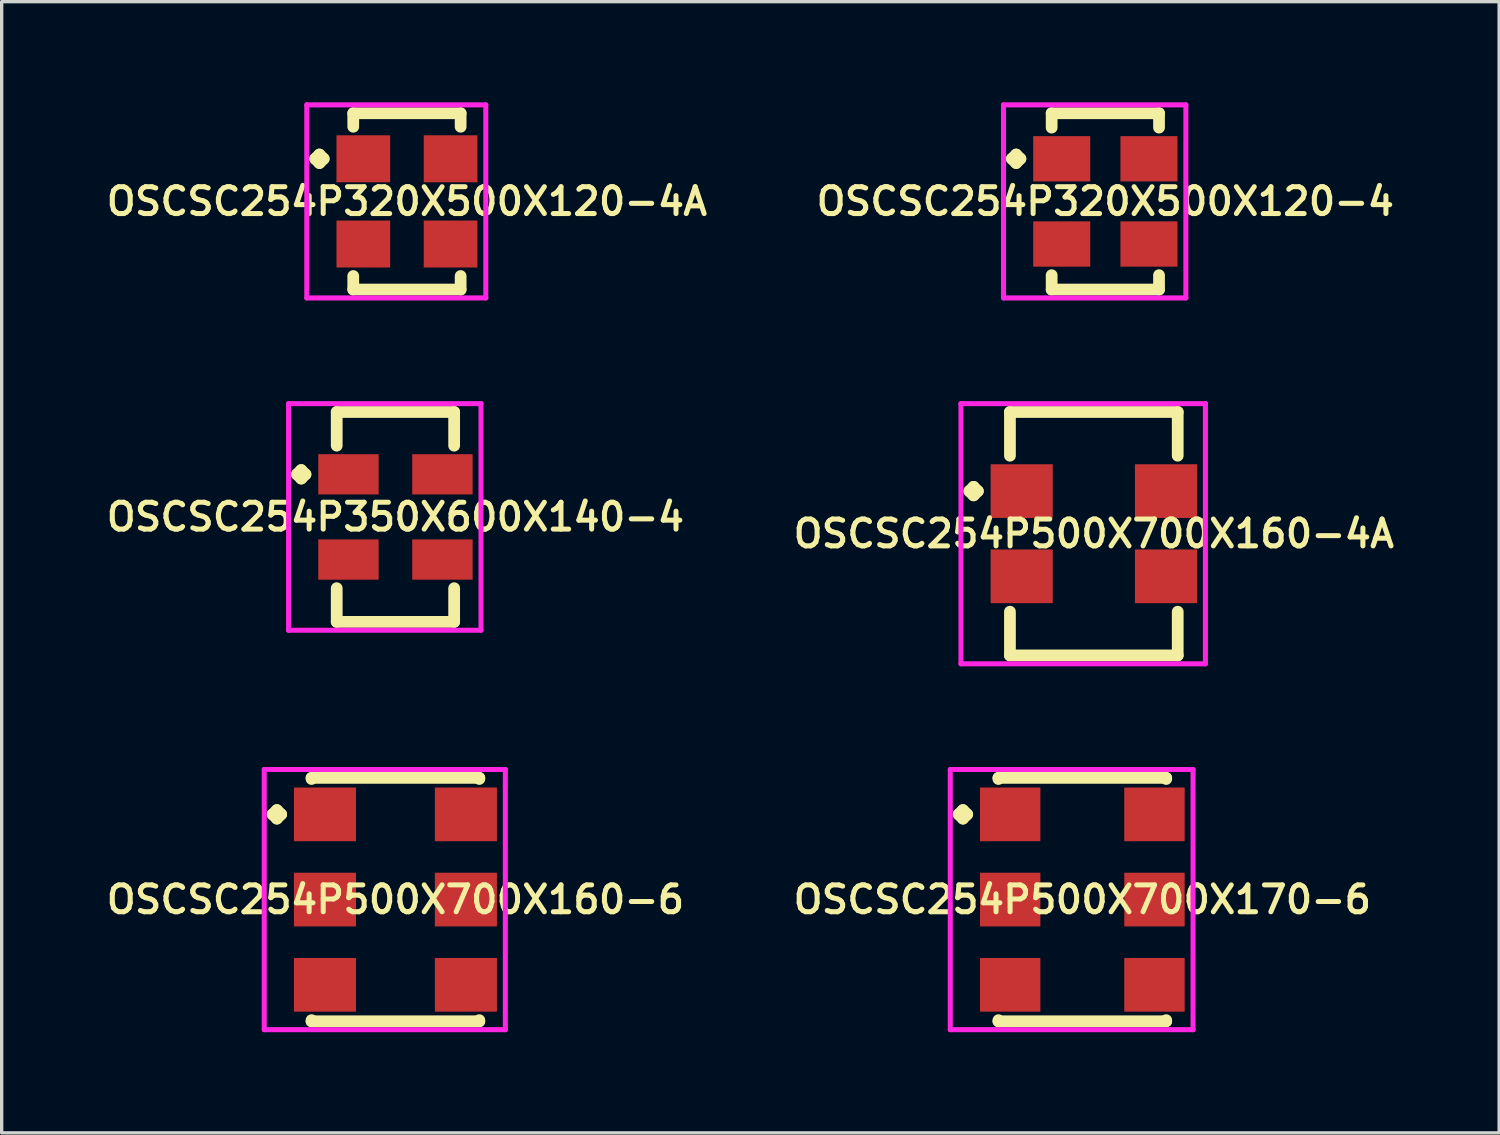
<source format=kicad_pcb>
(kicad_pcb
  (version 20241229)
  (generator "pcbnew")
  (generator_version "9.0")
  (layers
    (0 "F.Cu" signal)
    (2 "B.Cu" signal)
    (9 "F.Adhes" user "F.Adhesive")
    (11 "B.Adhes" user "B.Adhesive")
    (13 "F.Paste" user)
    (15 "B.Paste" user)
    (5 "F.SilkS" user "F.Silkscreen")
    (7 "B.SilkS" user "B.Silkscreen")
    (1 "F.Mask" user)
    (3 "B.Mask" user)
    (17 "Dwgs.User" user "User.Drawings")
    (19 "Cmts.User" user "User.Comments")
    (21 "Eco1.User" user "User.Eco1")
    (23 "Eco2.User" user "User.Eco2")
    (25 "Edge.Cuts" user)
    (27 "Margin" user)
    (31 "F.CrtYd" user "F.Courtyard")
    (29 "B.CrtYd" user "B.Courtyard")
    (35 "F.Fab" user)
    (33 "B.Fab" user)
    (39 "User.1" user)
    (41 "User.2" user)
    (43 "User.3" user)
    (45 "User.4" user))
  (footprint "OSCSC254P500X700X170-6"
    (layer "F.Cu")
    (at 29.206 23.76)
    (property "Reference" "OSCSC254P500X700X170-6" (at 0 0 0) (layer "F.SilkS") (effects (font (size 0.8 0.8) (thickness 0.15))))
    (attr smd)
    (fp_line (start -3.685 -2.54) (end -3.558 -2.667) (stroke (width 0.35) (type solid)) (layer "F.SilkS"))
    (fp_line (start -3.558 -2.667) (end -3.431 -2.54) (stroke (width 0.35) (type solid)) (layer "F.SilkS"))
    (fp_line (start -3.558 -2.413) (end -3.685 -2.54) (stroke (width 0.35) (type solid)) (layer "F.SilkS"))
    (fp_line (start -3.431 -2.54) (end -3.558 -2.413) (stroke (width 0.35) (type solid)) (layer "F.SilkS"))
    (fp_line (start -2.5 -3.627) (end 2.5 -3.627) (stroke (width 0.35) (type solid)) (layer "F.SilkS"))
    (fp_line (start -2.5 -3.594) (end -2.5 -3.627) (stroke (width 0.35) (type solid)) (layer "F.SilkS"))
    (fp_line (start -2.5 3.594) (end -2.5 3.627) (stroke (width 0.35) (type solid)) (layer "F.SilkS"))
    (fp_line (start -2.5 3.627) (end 2.5 3.627) (stroke (width 0.35) (type solid)) (layer "F.SilkS"))
    (fp_line (start 2.5 -3.627) (end 2.5 -3.594) (stroke (width 0.35) (type solid)) (layer "F.SilkS"))
    (fp_line (start 2.5 3.627) (end 2.5 3.594) (stroke (width 0.35) (type solid)) (layer "F.SilkS"))
    (fp_line (start -3.935 -3.877) (end 3.3 -3.877) (stroke (width 0.15) (type solid)) (layer "F.CrtYd"))
    (fp_line (start -3.935 3.877) (end -3.935 -3.877) (stroke (width 0.15) (type solid)) (layer "F.CrtYd"))
    (fp_line (start 3.3 -3.877) (end 3.3 3.877) (stroke (width 0.15) (type solid)) (layer "F.CrtYd"))
    (fp_line (start 3.3 3.877) (end -3.935 3.877) (stroke (width 0.15) (type solid)) (layer "F.CrtYd"))
    (pad "1" smd rect (at -2.15 -2.54) (size 1.8 1.6) (layers "F.Cu" "F.Mask" "F.Paste"))
    (pad "2" smd rect (at -2.15 0) (size 1.8 1.6) (layers "F.Cu" "F.Mask" "F.Paste"))
    (pad "3" smd rect (at -2.15 2.54) (size 1.8 1.6) (layers "F.Cu" "F.Mask" "F.Paste"))
    (pad "4" smd rect (at 2.15 2.54) (size 1.8 1.6) (layers "F.Cu" "F.Mask" "F.Paste"))
    (pad "5" smd rect (at 2.15 0) (size 1.8 1.6) (layers "F.Cu" "F.Mask" "F.Paste"))
    (pad "6" smd rect (at 2.15 -2.54) (size 1.8 1.6) (layers "F.Cu" "F.Mask" "F.Paste")))
  (footprint "OSCSC254P500X700X160-4A"
    (layer "F.Cu")
    (at 29.549 12.856)
    (property "Reference" "OSCSC254P500X700X160-4A" (at 0 0 0) (layer "F.SilkS") (effects (font (size 0.8 0.8) (thickness 0.15))))
    (attr smd)
    (fp_line (start -3.71 -1.27) (end -3.583 -1.397) (stroke (width 0.35) (type solid)) (layer "F.SilkS"))
    (fp_line (start -3.583 -1.397) (end -3.456 -1.27) (stroke (width 0.35) (type solid)) (layer "F.SilkS"))
    (fp_line (start -3.583 -1.143) (end -3.71 -1.27) (stroke (width 0.35) (type solid)) (layer "F.SilkS"))
    (fp_line (start -3.456 -1.27) (end -3.583 -1.143) (stroke (width 0.35) (type solid)) (layer "F.SilkS"))
    (fp_line (start -2.5 -3.627) (end 2.5 -3.627) (stroke (width 0.35) (type solid)) (layer "F.SilkS"))
    (fp_line (start -2.5 -2.324) (end -2.5 -3.627) (stroke (width 0.35) (type solid)) (layer "F.SilkS"))
    (fp_line (start -2.5 2.324) (end -2.5 3.627) (stroke (width 0.35) (type solid)) (layer "F.SilkS"))
    (fp_line (start -2.5 3.627) (end 2.5 3.627) (stroke (width 0.35) (type solid)) (layer "F.SilkS"))
    (fp_line (start 2.5 -3.627) (end 2.5 -2.324) (stroke (width 0.35) (type solid)) (layer "F.SilkS"))
    (fp_line (start 2.5 3.627) (end 2.5 2.324) (stroke (width 0.35) (type solid)) (layer "F.SilkS"))
    (fp_line (start -3.96 -3.877) (end 3.325 -3.877) (stroke (width 0.15) (type solid)) (layer "F.CrtYd"))
    (fp_line (start -3.96 3.877) (end -3.96 -3.877) (stroke (width 0.15) (type solid)) (layer "F.CrtYd"))
    (fp_line (start 3.325 -3.877) (end 3.325 3.877) (stroke (width 0.15) (type solid)) (layer "F.CrtYd"))
    (fp_line (start 3.325 3.877) (end -3.96 3.877) (stroke (width 0.15) (type solid)) (layer "F.CrtYd"))
    (pad "1" smd rect (at -2.15 -1.27) (size 1.85 1.6) (layers "F.Cu" "F.Mask" "F.Paste"))
    (pad "2" smd rect (at -2.15 1.27) (size 1.85 1.6) (layers "F.Cu" "F.Mask" "F.Paste"))
    (pad "3" smd rect (at 2.15 1.27) (size 1.85 1.6) (layers "F.Cu" "F.Mask" "F.Paste"))
    (pad "4" smd rect (at 2.15 -1.27) (size 1.85 1.6) (layers "F.Cu" "F.Mask" "F.Paste")))
  (footprint "OSCSC254P350X600X140-4"
    (layer "F.Cu")
    (at 8.735 12.356)
    (property "Reference" "OSCSC254P350X600X140-4" (at 0 0 0) (layer "F.SilkS") (effects (font (size 0.8 0.8) (thickness 0.15))))
    (attr through_hole)
    (fp_line (start -2.935 -1.27) (end -2.808 -1.397) (stroke (width 0.35) (type solid)) (layer "F.SilkS"))
    (fp_line (start -2.808 -1.397) (end -2.681 -1.27) (stroke (width 0.35) (type solid)) (layer "F.SilkS"))
    (fp_line (start -2.808 -1.143) (end -2.935 -1.27) (stroke (width 0.35) (type solid)) (layer "F.SilkS"))
    (fp_line (start -2.681 -1.27) (end -2.808 -1.143) (stroke (width 0.35) (type solid)) (layer "F.SilkS"))
    (fp_line (start -1.75 -3.127) (end 1.75 -3.127) (stroke (width 0.35) (type solid)) (layer "F.SilkS"))
    (fp_line (start -1.75 -2.124) (end -1.75 -3.127) (stroke (width 0.35) (type solid)) (layer "F.SilkS"))
    (fp_line (start -1.75 2.124) (end -1.75 3.127) (stroke (width 0.35) (type solid)) (layer "F.SilkS"))
    (fp_line (start -1.75 3.127) (end 1.75 3.127) (stroke (width 0.35) (type solid)) (layer "F.SilkS"))
    (fp_line (start 1.75 -3.127) (end 1.75 -2.124) (stroke (width 0.35) (type solid)) (layer "F.SilkS"))
    (fp_line (start 1.75 3.127) (end 1.75 2.124) (stroke (width 0.35) (type solid)) (layer "F.SilkS"))
    (fp_line (start -3.185 -3.377) (end 2.55 -3.377) (stroke (width 0.15) (type solid)) (layer "F.CrtYd"))
    (fp_line (start -3.185 3.377) (end -3.185 -3.377) (stroke (width 0.15) (type solid)) (layer "F.CrtYd"))
    (fp_line (start 2.55 -3.377) (end 2.55 3.377) (stroke (width 0.15) (type solid)) (layer "F.CrtYd"))
    (fp_line (start 2.55 3.377) (end -3.185 3.377) (stroke (width 0.15) (type solid)) (layer "F.CrtYd"))
    (pad "1" smd rect (at -1.4 -1.27) (size 1.8 1.2) (layers "F.Cu" "F.Mask" "F.Paste"))
    (pad "2" smd rect (at -1.4 1.27) (size 1.8 1.2) (layers "F.Cu" "F.Mask" "F.Paste"))
    (pad "3" smd rect (at 1.4 1.27) (size 1.8 1.2) (layers "F.Cu" "F.Mask" "F.Paste"))
    (pad "4" smd rect (at 1.4 -1.27) (size 1.8 1.2) (layers "F.Cu" "F.Mask" "F.Paste")))
  (footprint "OSCSC254P320X500X120-4"
    (layer "F.Cu")
    (at 29.892 2.952)
    (property "Reference" "OSCSC254P320X500X120-4" (at 0 0 0) (layer "F.SilkS") (effects (font (size 0.8 0.8) (thickness 0.15))))
    (attr smd)
    (fp_line (start -2.785 -1.27) (end -2.658 -1.397) (stroke (width 0.35) (type solid)) (layer "F.SilkS"))
    (fp_line (start -2.658 -1.397) (end -2.531 -1.27) (stroke (width 0.35) (type solid)) (layer "F.SilkS"))
    (fp_line (start -2.658 -1.143) (end -2.785 -1.27) (stroke (width 0.35) (type solid)) (layer "F.SilkS"))
    (fp_line (start -2.531 -1.27) (end -2.658 -1.143) (stroke (width 0.35) (type solid)) (layer "F.SilkS"))
    (fp_line (start -1.6 -2.627) (end 1.6 -2.627) (stroke (width 0.35) (type solid)) (layer "F.SilkS"))
    (fp_line (start -1.6 -2.199) (end -1.6 -2.627) (stroke (width 0.35) (type solid)) (layer "F.SilkS"))
    (fp_line (start -1.6 2.199) (end -1.6 2.627) (stroke (width 0.35) (type solid)) (layer "F.SilkS"))
    (fp_line (start -1.6 2.627) (end 1.6 2.627) (stroke (width 0.35) (type solid)) (layer "F.SilkS"))
    (fp_line (start 1.6 -2.627) (end 1.6 -2.199) (stroke (width 0.35) (type solid)) (layer "F.SilkS"))
    (fp_line (start 1.6 2.627) (end 1.6 2.199) (stroke (width 0.35) (type solid)) (layer "F.SilkS"))
    (fp_line (start -3.035 -2.877) (end 2.4 -2.877) (stroke (width 0.15) (type solid)) (layer "F.CrtYd"))
    (fp_line (start -3.035 2.877) (end -3.035 -2.877) (stroke (width 0.15) (type solid)) (layer "F.CrtYd"))
    (fp_line (start 2.4 -2.877) (end 2.4 2.877) (stroke (width 0.15) (type solid)) (layer "F.CrtYd"))
    (fp_line (start 2.4 2.877) (end -3.035 2.877) (stroke (width 0.15) (type solid)) (layer "F.CrtYd"))
    (pad "1" smd rect (at -1.3 -1.27) (size 1.7 1.35) (layers "F.Cu" "F.Mask" "F.Paste"))
    (pad "2" smd rect (at -1.3 1.27) (size 1.7 1.35) (layers "F.Cu" "F.Mask" "F.Paste"))
    (pad "3" smd rect (at 1.3 1.27) (size 1.7 1.35) (layers "F.Cu" "F.Mask" "F.Paste"))
    (pad "4" smd rect (at 1.3 -1.27) (size 1.7 1.35) (layers "F.Cu" "F.Mask" "F.Paste")))
  (footprint "OSCSC254P500X700X160-6"
    (layer "F.Cu")
    (at 8.735 23.76)
    (property "Reference" "OSCSC254P500X700X160-6" (at 0 0 0) (layer "F.SilkS") (effects (font (size 0.8 0.8) (thickness 0.15))))
    (attr through_hole)
    (fp_line (start -3.66 -2.54) (end -3.533 -2.667) (stroke (width 0.35) (type solid)) (layer "F.SilkS"))
    (fp_line (start -3.533 -2.667) (end -3.406 -2.54) (stroke (width 0.35) (type solid)) (layer "F.SilkS"))
    (fp_line (start -3.533 -2.413) (end -3.66 -2.54) (stroke (width 0.35) (type solid)) (layer "F.SilkS"))
    (fp_line (start -3.406 -2.54) (end -3.533 -2.413) (stroke (width 0.35) (type solid)) (layer "F.SilkS"))
    (fp_line (start -2.5 -3.627) (end 2.5 -3.627) (stroke (width 0.35) (type solid)) (layer "F.SilkS"))
    (fp_line (start -2.5 -3.594) (end -2.5 -3.627) (stroke (width 0.35) (type solid)) (layer "F.SilkS"))
    (fp_line (start -2.5 3.594) (end -2.5 3.627) (stroke (width 0.35) (type solid)) (layer "F.SilkS"))
    (fp_line (start -2.5 3.627) (end 2.5 3.627) (stroke (width 0.35) (type solid)) (layer "F.SilkS"))
    (fp_line (start 2.5 -3.627) (end 2.5 -3.594) (stroke (width 0.35) (type solid)) (layer "F.SilkS"))
    (fp_line (start 2.5 3.627) (end 2.5 3.594) (stroke (width 0.35) (type solid)) (layer "F.SilkS"))
    (fp_line (start -3.91 -3.877) (end 3.275 -3.877) (stroke (width 0.15) (type solid)) (layer "F.CrtYd"))
    (fp_line (start -3.91 3.877) (end -3.91 -3.877) (stroke (width 0.15) (type solid)) (layer "F.CrtYd"))
    (fp_line (start 3.275 -3.877) (end 3.275 3.877) (stroke (width 0.15) (type solid)) (layer "F.CrtYd"))
    (fp_line (start 3.275 3.877) (end -3.91 3.877) (stroke (width 0.15) (type solid)) (layer "F.CrtYd"))
    (pad "1" smd rect (at -2.1 -2.54) (size 1.85 1.6) (layers "F.Cu" "F.Mask" "F.Paste"))
    (pad "2" smd rect (at -2.1 0) (size 1.85 1.6) (layers "F.Cu" "F.Mask" "F.Paste"))
    (pad "3" smd rect (at -2.1 2.54) (size 1.85 1.6) (layers "F.Cu" "F.Mask" "F.Paste"))
    (pad "4" smd rect (at 2.1 2.54) (size 1.85 1.6) (layers "F.Cu" "F.Mask" "F.Paste"))
    (pad "5" smd rect (at 2.1 0) (size 1.85 1.6) (layers "F.Cu" "F.Mask" "F.Paste"))
    (pad "6" smd rect (at 2.1 -2.54) (size 1.85 1.6) (layers "F.Cu" "F.Mask" "F.Paste")))
  (footprint "OSCSC254P320X500X120-4A"
    (layer "F.Cu")
    (at 9.078 2.952)
    (property "Reference" "OSCSC254P320X500X120-4A" (at 0 0 0) (layer "F.SilkS") (effects (font (size 0.8 0.8) (thickness 0.15))))
    (attr through_hole)
    (fp_line (start -2.735 -1.27) (end -2.608 -1.397) (stroke (width 0.35) (type solid)) (layer "F.SilkS"))
    (fp_line (start -2.608 -1.397) (end -2.481 -1.27) (stroke (width 0.35) (type solid)) (layer "F.SilkS"))
    (fp_line (start -2.608 -1.143) (end -2.735 -1.27) (stroke (width 0.35) (type solid)) (layer "F.SilkS"))
    (fp_line (start -2.481 -1.27) (end -2.608 -1.143) (stroke (width 0.35) (type solid)) (layer "F.SilkS"))
    (fp_line (start -1.6 -2.627) (end 1.6 -2.627) (stroke (width 0.35) (type solid)) (layer "F.SilkS"))
    (fp_line (start -1.6 -2.224) (end -1.6 -2.627) (stroke (width 0.35) (type solid)) (layer "F.SilkS"))
    (fp_line (start -1.6 2.224) (end -1.6 2.627) (stroke (width 0.35) (type solid)) (layer "F.SilkS"))
    (fp_line (start -1.6 2.627) (end 1.6 2.627) (stroke (width 0.35) (type solid)) (layer "F.SilkS"))
    (fp_line (start 1.6 -2.627) (end 1.6 -2.224) (stroke (width 0.35) (type solid)) (layer "F.SilkS"))
    (fp_line (start 1.6 2.627) (end 1.6 2.224) (stroke (width 0.35) (type solid)) (layer "F.SilkS"))
    (fp_line (start -2.985 -2.877) (end 2.35 -2.877) (stroke (width 0.15) (type solid)) (layer "F.CrtYd"))
    (fp_line (start -2.985 2.877) (end -2.985 -2.877) (stroke (width 0.15) (type solid)) (layer "F.CrtYd"))
    (fp_line (start 2.35 -2.877) (end 2.35 2.877) (stroke (width 0.15) (type solid)) (layer "F.CrtYd"))
    (fp_line (start 2.35 2.877) (end -2.985 2.877) (stroke (width 0.15) (type solid)) (layer "F.CrtYd"))
    (pad "1" smd rect (at -1.3 -1.27) (size 1.6 1.4) (layers "F.Cu" "F.Mask" "F.Paste"))
    (pad "2" smd rect (at -1.3 1.27) (size 1.6 1.4) (layers "F.Cu" "F.Mask" "F.Paste"))
    (pad "3" smd rect (at 1.3 1.27) (size 1.6 1.4) (layers "F.Cu" "F.Mask" "F.Paste"))
    (pad "4" smd rect (at 1.3 -1.27) (size 1.6 1.4) (layers "F.Cu" "F.Mask" "F.Paste")))
  (gr_rect
    (start -3 -3)
    (end 41.628 30.712)
    (stroke (width 0.1) (type default))
    (fill no)
    (layer "Edge.Cuts")))
</source>
